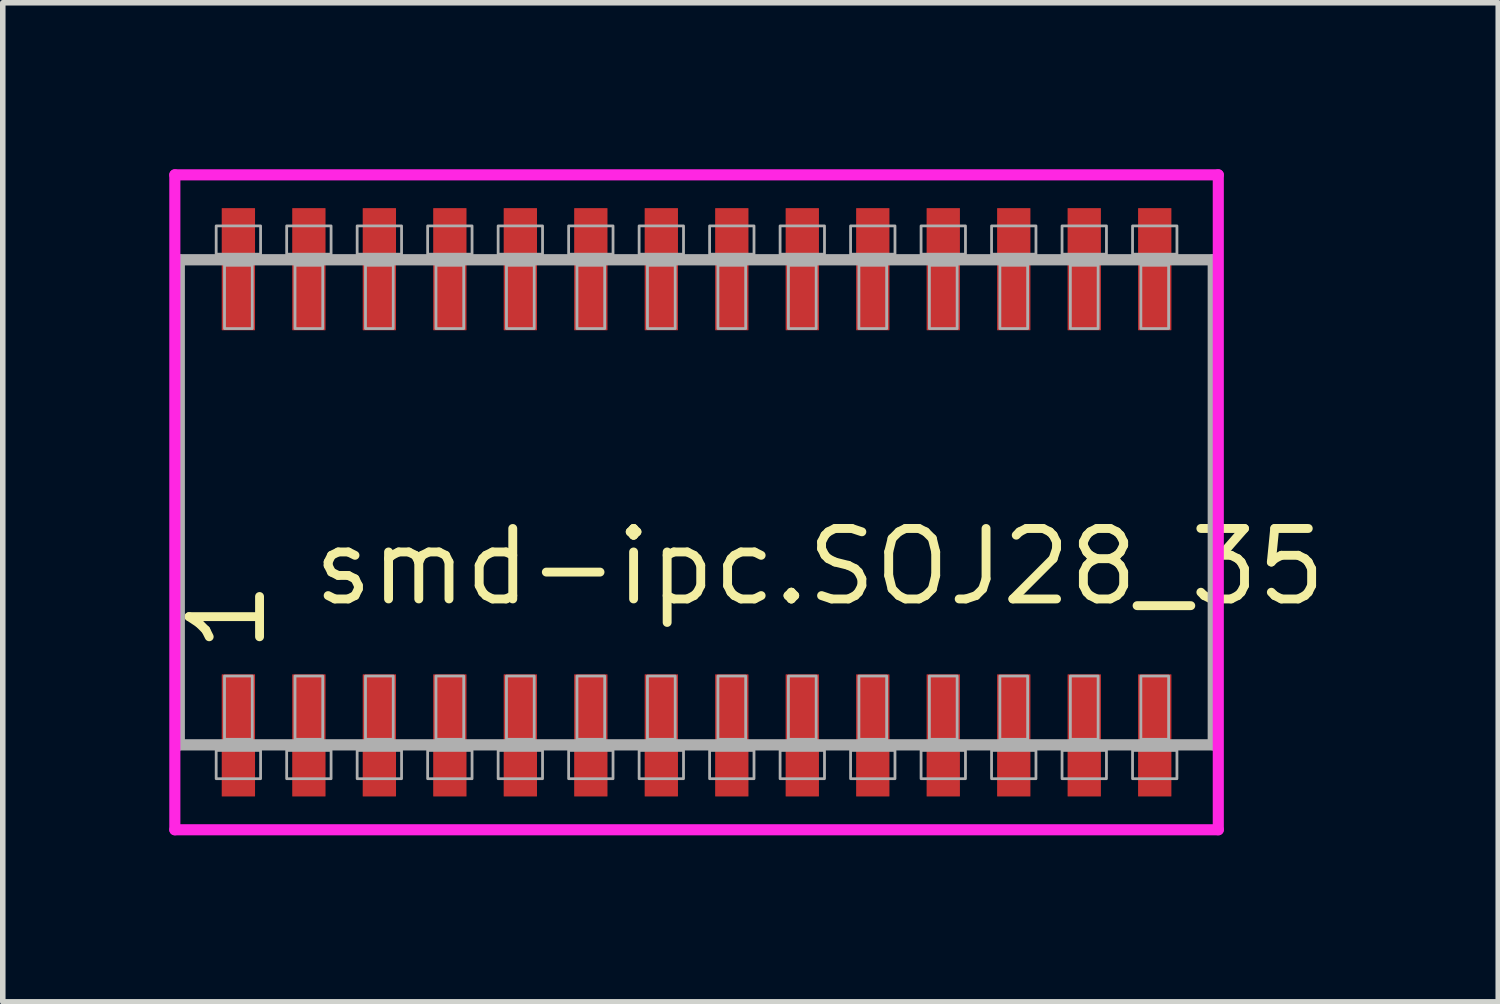
<source format=kicad_pcb>
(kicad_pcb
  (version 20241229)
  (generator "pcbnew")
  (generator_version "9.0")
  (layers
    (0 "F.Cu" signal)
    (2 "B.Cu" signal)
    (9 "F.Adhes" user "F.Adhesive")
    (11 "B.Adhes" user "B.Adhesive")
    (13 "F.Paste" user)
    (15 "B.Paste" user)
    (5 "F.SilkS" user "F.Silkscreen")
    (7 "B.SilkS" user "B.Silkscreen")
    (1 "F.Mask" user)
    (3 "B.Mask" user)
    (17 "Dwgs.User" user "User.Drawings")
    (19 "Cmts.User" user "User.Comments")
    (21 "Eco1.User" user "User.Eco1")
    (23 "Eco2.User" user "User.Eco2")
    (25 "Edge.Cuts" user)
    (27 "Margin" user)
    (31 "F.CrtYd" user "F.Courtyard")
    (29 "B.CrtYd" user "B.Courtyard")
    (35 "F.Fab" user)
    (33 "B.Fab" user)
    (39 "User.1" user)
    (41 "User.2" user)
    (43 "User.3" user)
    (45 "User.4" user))
  (footprint "smd-ipc.SOJ28_35"
    (layer "F.Cu")
    (at 9.5 6)
    (property "Reference" "smd-ipc.SOJ28_35" (at -6.985 1.905 0) (layer "F.SilkS") (effects (font (size 1.27 1.27) (thickness 0.16)) (justify left bottom)))
    (attr smd)
    (fp_line (start -9.4 -5.9) (end 9.4 -5.9) (stroke (width 0.2) (type default)) (layer "F.CrtYd"))
    (fp_line (start -9.4 5.9) (end -9.4 -5.9) (stroke (width 0.2) (type default)) (layer "F.CrtYd"))
    (fp_line (start 9.4 -5.9) (end 9.4 5.9) (stroke (width 0.2) (type default)) (layer "F.CrtYd"))
    (fp_line (start 9.4 5.9) (end -9.4 5.9) (stroke (width 0.2) (type default)) (layer "F.CrtYd"))
    (fp_line (start -9.32 -4.37) (end 9.31 -4.37) (stroke (width 0.203) (type default)) (layer "F.Fab"))
    (fp_line (start -9.32 4.37) (end -9.32 -4.37) (stroke (width 0.203) (type default)) (layer "F.Fab"))
    (fp_line (start 9.31 -4.37) (end 9.31 4.37) (stroke (width 0.203) (type default)) (layer "F.Fab"))
    (fp_line (start 9.31 4.37) (end -9.32 4.37) (stroke (width 0.203) (type default)) (layer "F.Fab"))
    (fp_rect (start -8.655 -4.47) (end -7.855 -4.98) (stroke (width 0.05) (type default)) (fill no) (layer "F.Fab"))
    (fp_rect (start -8.655 4.98) (end -7.855 4.47) (stroke (width 0.05) (type default)) (fill no) (layer "F.Fab"))
    (fp_rect (start -8.505 -3.13) (end -8.005 -4.27) (stroke (width 0.05) (type default)) (fill no) (layer "F.Fab"))
    (fp_rect (start -8.505 4.27) (end -8.005 3.13) (stroke (width 0.05) (type default)) (fill no) (layer "F.Fab"))
    (fp_rect (start -7.385 -4.47) (end -6.585 -4.98) (stroke (width 0.05) (type default)) (fill no) (layer "F.Fab"))
    (fp_rect (start -7.385 4.98) (end -6.585 4.47) (stroke (width 0.05) (type default)) (fill no) (layer "F.Fab"))
    (fp_rect (start -7.235 -3.13) (end -6.735 -4.27) (stroke (width 0.05) (type default)) (fill no) (layer "F.Fab"))
    (fp_rect (start -7.235 4.27) (end -6.735 3.13) (stroke (width 0.05) (type default)) (fill no) (layer "F.Fab"))
    (fp_rect (start -6.115 -4.47) (end -5.315 -4.98) (stroke (width 0.05) (type default)) (fill no) (layer "F.Fab"))
    (fp_rect (start -6.115 4.98) (end -5.315 4.47) (stroke (width 0.05) (type default)) (fill no) (layer "F.Fab"))
    (fp_rect (start -5.965 -3.13) (end -5.465 -4.27) (stroke (width 0.05) (type default)) (fill no) (layer "F.Fab"))
    (fp_rect (start -5.965 4.27) (end -5.465 3.13) (stroke (width 0.05) (type default)) (fill no) (layer "F.Fab"))
    (fp_rect (start -4.845 -4.47) (end -4.045 -4.98) (stroke (width 0.05) (type default)) (fill no) (layer "F.Fab"))
    (fp_rect (start -4.845 4.98) (end -4.045 4.47) (stroke (width 0.05) (type default)) (fill no) (layer "F.Fab"))
    (fp_rect (start -4.695 -3.13) (end -4.195 -4.27) (stroke (width 0.05) (type default)) (fill no) (layer "F.Fab"))
    (fp_rect (start -4.695 4.27) (end -4.195 3.13) (stroke (width 0.05) (type default)) (fill no) (layer "F.Fab"))
    (fp_rect (start -3.575 -4.47) (end -2.775 -4.98) (stroke (width 0.05) (type default)) (fill no) (layer "F.Fab"))
    (fp_rect (start -3.575 4.98) (end -2.775 4.47) (stroke (width 0.05) (type default)) (fill no) (layer "F.Fab"))
    (fp_rect (start -3.425 -3.13) (end -2.925 -4.27) (stroke (width 0.05) (type default)) (fill no) (layer "F.Fab"))
    (fp_rect (start -3.425 4.27) (end -2.925 3.13) (stroke (width 0.05) (type default)) (fill no) (layer "F.Fab"))
    (fp_rect (start -2.305 -4.47) (end -1.505 -4.98) (stroke (width 0.05) (type default)) (fill no) (layer "F.Fab"))
    (fp_rect (start -2.305 4.98) (end -1.505 4.47) (stroke (width 0.05) (type default)) (fill no) (layer "F.Fab"))
    (fp_rect (start -2.155 -3.13) (end -1.655 -4.27) (stroke (width 0.05) (type default)) (fill no) (layer "F.Fab"))
    (fp_rect (start -2.155 4.27) (end -1.655 3.13) (stroke (width 0.05) (type default)) (fill no) (layer "F.Fab"))
    (fp_rect (start -1.035 -4.47) (end -0.235 -4.98) (stroke (width 0.05) (type default)) (fill no) (layer "F.Fab"))
    (fp_rect (start -1.035 4.98) (end -0.235 4.47) (stroke (width 0.05) (type default)) (fill no) (layer "F.Fab"))
    (fp_rect (start -0.885 -3.13) (end -0.385 -4.27) (stroke (width 0.05) (type default)) (fill no) (layer "F.Fab"))
    (fp_rect (start -0.885 4.27) (end -0.385 3.13) (stroke (width 0.05) (type default)) (fill no) (layer "F.Fab"))
    (fp_rect (start 0.235 -4.47) (end 1.035 -4.98) (stroke (width 0.05) (type default)) (fill no) (layer "F.Fab"))
    (fp_rect (start 0.235 4.98) (end 1.035 4.47) (stroke (width 0.05) (type default)) (fill no) (layer "F.Fab"))
    (fp_rect (start 0.385 -3.13) (end 0.885 -4.27) (stroke (width 0.05) (type default)) (fill no) (layer "F.Fab"))
    (fp_rect (start 0.385 4.27) (end 0.885 3.13) (stroke (width 0.05) (type default)) (fill no) (layer "F.Fab"))
    (fp_rect (start 1.505 -4.47) (end 2.305 -4.98) (stroke (width 0.05) (type default)) (fill no) (layer "F.Fab"))
    (fp_rect (start 1.505 4.98) (end 2.305 4.47) (stroke (width 0.05) (type default)) (fill no) (layer "F.Fab"))
    (fp_rect (start 1.655 -3.13) (end 2.155 -4.27) (stroke (width 0.05) (type default)) (fill no) (layer "F.Fab"))
    (fp_rect (start 1.655 4.27) (end 2.155 3.13) (stroke (width 0.05) (type default)) (fill no) (layer "F.Fab"))
    (fp_rect (start 2.775 -4.47) (end 3.575 -4.98) (stroke (width 0.05) (type default)) (fill no) (layer "F.Fab"))
    (fp_rect (start 2.775 4.98) (end 3.575 4.47) (stroke (width 0.05) (type default)) (fill no) (layer "F.Fab"))
    (fp_rect (start 2.925 -3.13) (end 3.425 -4.27) (stroke (width 0.05) (type default)) (fill no) (layer "F.Fab"))
    (fp_rect (start 2.925 4.27) (end 3.425 3.13) (stroke (width 0.05) (type default)) (fill no) (layer "F.Fab"))
    (fp_rect (start 4.045 -4.47) (end 4.845 -4.98) (stroke (width 0.05) (type default)) (fill no) (layer "F.Fab"))
    (fp_rect (start 4.045 4.98) (end 4.845 4.47) (stroke (width 0.05) (type default)) (fill no) (layer "F.Fab"))
    (fp_rect (start 4.195 -3.13) (end 4.695 -4.27) (stroke (width 0.05) (type default)) (fill no) (layer "F.Fab"))
    (fp_rect (start 4.195 4.27) (end 4.695 3.13) (stroke (width 0.05) (type default)) (fill no) (layer "F.Fab"))
    (fp_rect (start 5.315 -4.47) (end 6.115 -4.98) (stroke (width 0.05) (type default)) (fill no) (layer "F.Fab"))
    (fp_rect (start 5.315 4.98) (end 6.115 4.47) (stroke (width 0.05) (type default)) (fill no) (layer "F.Fab"))
    (fp_rect (start 5.465 -3.13) (end 5.965 -4.27) (stroke (width 0.05) (type default)) (fill no) (layer "F.Fab"))
    (fp_rect (start 5.465 4.27) (end 5.965 3.13) (stroke (width 0.05) (type default)) (fill no) (layer "F.Fab"))
    (fp_rect (start 6.585 -4.47) (end 7.385 -4.98) (stroke (width 0.05) (type default)) (fill no) (layer "F.Fab"))
    (fp_rect (start 6.585 4.98) (end 7.385 4.47) (stroke (width 0.05) (type default)) (fill no) (layer "F.Fab"))
    (fp_rect (start 6.735 -3.13) (end 7.235 -4.27) (stroke (width 0.05) (type default)) (fill no) (layer "F.Fab"))
    (fp_rect (start 6.735 4.27) (end 7.235 3.13) (stroke (width 0.05) (type default)) (fill no) (layer "F.Fab"))
    (fp_rect (start 7.855 -4.47) (end 8.655 -4.98) (stroke (width 0.05) (type default)) (fill no) (layer "F.Fab"))
    (fp_rect (start 7.855 4.98) (end 8.655 4.47) (stroke (width 0.05) (type default)) (fill no) (layer "F.Fab"))
    (fp_rect (start 8.005 -3.13) (end 8.505 -4.27) (stroke (width 0.05) (type default)) (fill no) (layer "F.Fab"))
    (fp_rect (start 8.005 4.27) (end 8.505 3.13) (stroke (width 0.05) (type default)) (fill no) (layer "F.Fab"))
    (fp_text user "1" (at -7.71 2.77 90) (layer "F.SilkS") (effects (font (size 1.27 1.27) (thickness 0.16)) (justify left bottom)))
    (pad "1" smd roundrect (at -8.255 4.2) (size 0.6 2.2) (layers "F.Cu" "F.Mask" "F.Paste") (roundrect_rratio 0.01))
    (pad "2" smd roundrect (at -6.985 4.2) (size 0.6 2.2) (layers "F.Cu" "F.Mask" "F.Paste") (roundrect_rratio 0.01))
    (pad "3" smd roundrect (at -5.715 4.2) (size 0.6 2.2) (layers "F.Cu" "F.Mask" "F.Paste") (roundrect_rratio 0.01))
    (pad "4" smd roundrect (at -4.445 4.2) (size 0.6 2.2) (layers "F.Cu" "F.Mask" "F.Paste") (roundrect_rratio 0.01))
    (pad "5" smd roundrect (at -3.175 4.2) (size 0.6 2.2) (layers "F.Cu" "F.Mask" "F.Paste") (roundrect_rratio 0.01))
    (pad "6" smd roundrect (at -1.905 4.2) (size 0.6 2.2) (layers "F.Cu" "F.Mask" "F.Paste") (roundrect_rratio 0.01))
    (pad "7" smd roundrect (at -0.635 4.2) (size 0.6 2.2) (layers "F.Cu" "F.Mask" "F.Paste") (roundrect_rratio 0.01))
    (pad "8" smd roundrect (at 0.635 4.2) (size 0.6 2.2) (layers "F.Cu" "F.Mask" "F.Paste") (roundrect_rratio 0.01))
    (pad "9" smd roundrect (at 1.905 4.2) (size 0.6 2.2) (layers "F.Cu" "F.Mask" "F.Paste") (roundrect_rratio 0.01))
    (pad "10" smd roundrect (at 3.175 4.2) (size 0.6 2.2) (layers "F.Cu" "F.Mask" "F.Paste") (roundrect_rratio 0.01))
    (pad "11" smd roundrect (at 4.445 4.2) (size 0.6 2.2) (layers "F.Cu" "F.Mask" "F.Paste") (roundrect_rratio 0.01))
    (pad "12" smd roundrect (at 5.715 4.2) (size 0.6 2.2) (layers "F.Cu" "F.Mask" "F.Paste") (roundrect_rratio 0.01))
    (pad "13" smd roundrect (at 6.985 4.2) (size 0.6 2.2) (layers "F.Cu" "F.Mask" "F.Paste") (roundrect_rratio 0.01))
    (pad "14" smd roundrect (at 8.255 4.2) (size 0.6 2.2) (layers "F.Cu" "F.Mask" "F.Paste") (roundrect_rratio 0.01))
    (pad "15" smd roundrect (at 8.255 -4.2) (size 0.6 2.2) (layers "F.Cu" "F.Mask" "F.Paste") (roundrect_rratio 0.01))
    (pad "16" smd roundrect (at 6.985 -4.2) (size 0.6 2.2) (layers "F.Cu" "F.Mask" "F.Paste") (roundrect_rratio 0.01))
    (pad "17" smd roundrect (at 5.715 -4.2) (size 0.6 2.2) (layers "F.Cu" "F.Mask" "F.Paste") (roundrect_rratio 0.01))
    (pad "18" smd roundrect (at 4.445 -4.2) (size 0.6 2.2) (layers "F.Cu" "F.Mask" "F.Paste") (roundrect_rratio 0.01))
    (pad "19" smd roundrect (at 3.175 -4.2) (size 0.6 2.2) (layers "F.Cu" "F.Mask" "F.Paste") (roundrect_rratio 0.01))
    (pad "20" smd roundrect (at 1.905 -4.2) (size 0.6 2.2) (layers "F.Cu" "F.Mask" "F.Paste") (roundrect_rratio 0.01))
    (pad "21" smd roundrect (at 0.635 -4.2) (size 0.6 2.2) (layers "F.Cu" "F.Mask" "F.Paste") (roundrect_rratio 0.01))
    (pad "22" smd roundrect (at -0.635 -4.2) (size 0.6 2.2) (layers "F.Cu" "F.Mask" "F.Paste") (roundrect_rratio 0.01))
    (pad "23" smd roundrect (at -1.905 -4.2) (size 0.6 2.2) (layers "F.Cu" "F.Mask" "F.Paste") (roundrect_rratio 0.01))
    (pad "24" smd roundrect (at -3.175 -4.2) (size 0.6 2.2) (layers "F.Cu" "F.Mask" "F.Paste") (roundrect_rratio 0.01))
    (pad "25" smd roundrect (at -4.445 -4.2) (size 0.6 2.2) (layers "F.Cu" "F.Mask" "F.Paste") (roundrect_rratio 0.01))
    (pad "26" smd roundrect (at -5.715 -4.2) (size 0.6 2.2) (layers "F.Cu" "F.Mask" "F.Paste") (roundrect_rratio 0.01))
    (pad "27" smd roundrect (at -6.985 -4.2) (size 0.6 2.2) (layers "F.Cu" "F.Mask" "F.Paste") (roundrect_rratio 0.01))
    (pad "28" smd roundrect (at -8.255 -4.2) (size 0.6 2.2) (layers "F.Cu" "F.Mask" "F.Paste") (roundrect_rratio 0.01)))
  (gr_rect
    (start -3 -3)
    (end 23.944 15)
    (stroke (width 0.1) (type default))
    (fill no)
    (layer "Edge.Cuts")))
</source>
